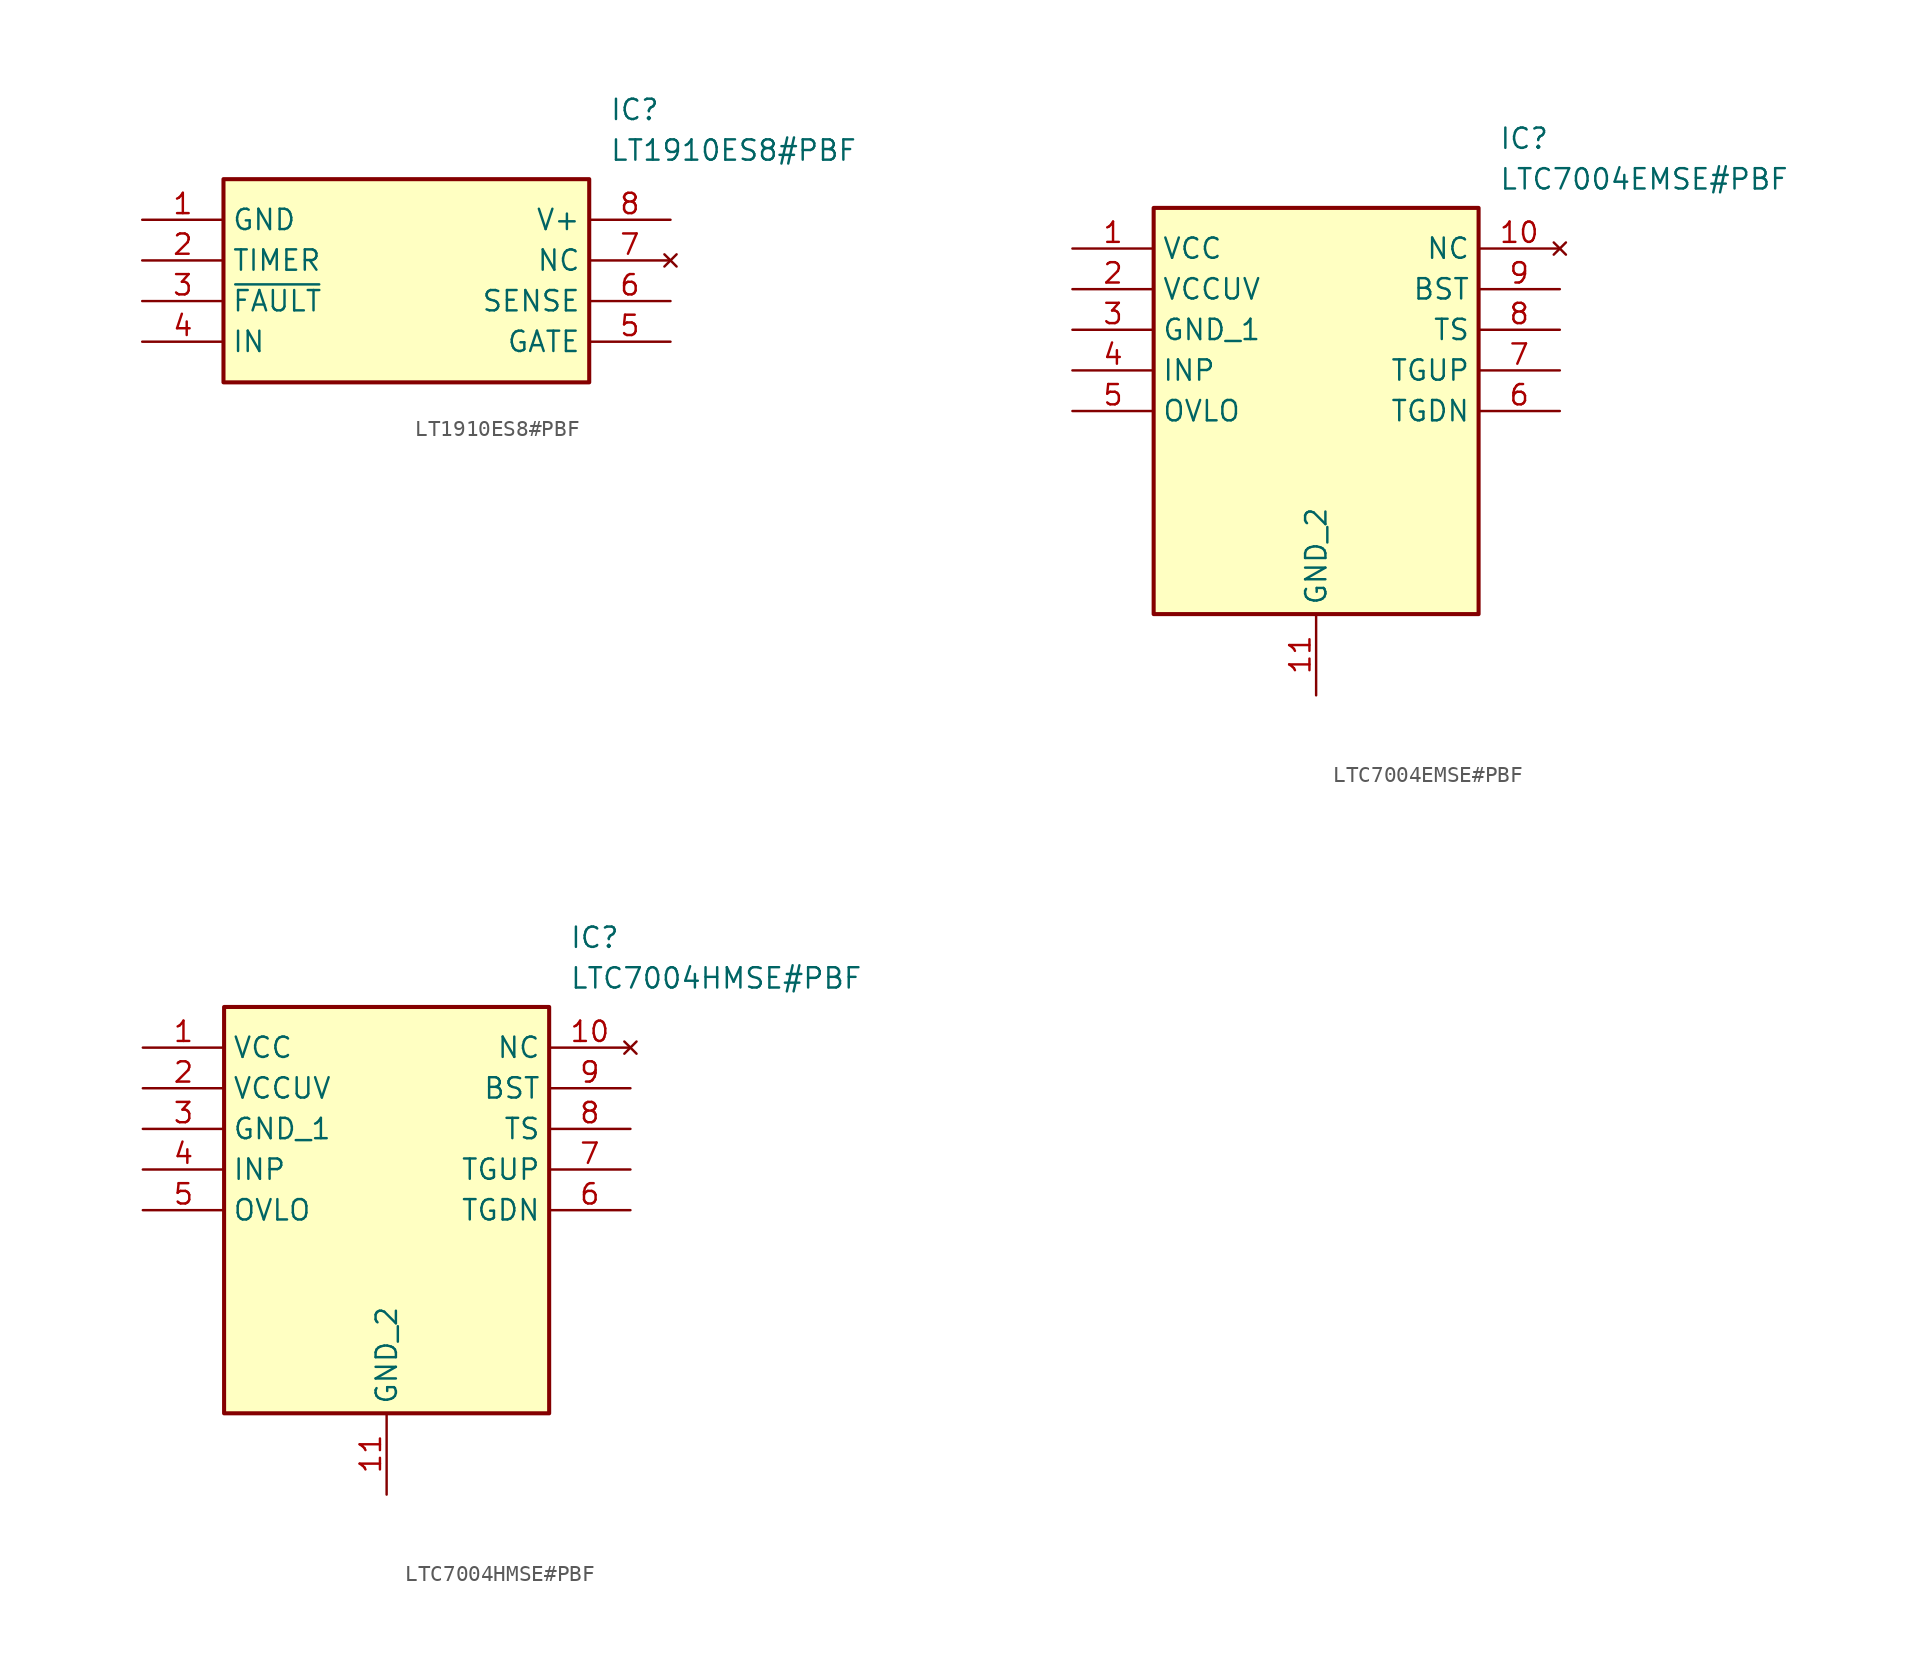
<source format=kicad_sym>
(kicad_symbol_lib
  (version 20220914)
  (generator SamacSys_ECAD_Model)
  (symbol "LT1910ES8#PBF"
    (property "Reference" "IC"
      (at 29.21 7.62 0)
      (effects (font (size 1.27 1.27)) (justify left top)))
    (property "Value" "LT1910ES8#PBF"
      (at 29.21 5.08 0)
      (effects (font (size 1.27 1.27)) (justify left top)))
    (rectangle
      (start 5.08 2.54)
      (end 27.94 -10.16)
      (stroke (width 0.254) (type default))
      (fill (type background)))
    (pin passive line
      (at 0 0 0)
      (length 5.08)
      (name "GND" (effects (font (size 1.27 1.27))))
      (number "1" (effects (font (size 1.27 1.27)))))
    (pin passive line
      (at 0 -2.54 0)
      (length 5.08)
      (name "TIMER" (effects (font (size 1.27 1.27))))
      (number "2" (effects (font (size 1.27 1.27)))))
    (pin passive line
      (at 0 -5.08 0)
      (length 5.08)
      (name "~{FAULT}" (effects (font (size 1.27 1.27))))
      (number "3" (effects (font (size 1.27 1.27)))))
    (pin passive line
      (at 0 -7.62 0)
      (length 5.08)
      (name "IN" (effects (font (size 1.27 1.27))))
      (number "4" (effects (font (size 1.27 1.27)))))
    (pin passive line
      (at 33.02 0 180)
      (length 5.08)
      (name "V+" (effects (font (size 1.27 1.27))))
      (number "8" (effects (font (size 1.27 1.27)))))
    (pin no_connect line
      (at 33.02 -2.54 180)
      (length 5.08)
      (name "NC" (effects (font (size 1.27 1.27))))
      (number "7" (effects (font (size 1.27 1.27)))))
    (pin passive line
      (at 33.02 -5.08 180)
      (length 5.08)
      (name "SENSE" (effects (font (size 1.27 1.27))))
      (number "6" (effects (font (size 1.27 1.27)))))
    (pin passive line
      (at 33.02 -7.62 180)
      (length 5.08)
      (name "GATE" (effects (font (size 1.27 1.27))))
      (number "5" (effects (font (size 1.27 1.27))))))
  (symbol "LTC7004EMSE#PBF"
    (property "Reference" "IC"
      (at 26.67 7.62 0)
      (effects (font (size 1.27 1.27)) (justify left top)))
    (property "Value" "LTC7004EMSE#PBF"
      (at 26.67 5.08 0)
      (effects (font (size 1.27 1.27)) (justify left top)))
    (rectangle
      (start 5.08 2.54)
      (end 25.4 -22.86)
      (stroke (width 0.254) (type default))
      (fill (type background)))
    (pin passive line
      (at 0 0 0)
      (length 5.08)
      (name "VCC" (effects (font (size 1.27 1.27))))
      (number "1" (effects (font (size 1.27 1.27)))))
    (pin passive line
      (at 0 -2.54 0)
      (length 5.08)
      (name "VCCUV" (effects (font (size 1.27 1.27))))
      (number "2" (effects (font (size 1.27 1.27)))))
    (pin passive line
      (at 0 -5.08 0)
      (length 5.08)
      (name "GND_1" (effects (font (size 1.27 1.27))))
      (number "3" (effects (font (size 1.27 1.27)))))
    (pin passive line
      (at 0 -7.62 0)
      (length 5.08)
      (name "INP" (effects (font (size 1.27 1.27))))
      (number "4" (effects (font (size 1.27 1.27)))))
    (pin passive line
      (at 0 -10.16 0)
      (length 5.08)
      (name "OVLO" (effects (font (size 1.27 1.27))))
      (number "5" (effects (font (size 1.27 1.27)))))
    (pin passive line
      (at 15.24 -27.94 90)
      (length 5.08)
      (name "GND_2" (effects (font (size 1.27 1.27))))
      (number "11" (effects (font (size 1.27 1.27)))))
    (pin no_connect line
      (at 30.48 0 180)
      (length 5.08)
      (name "NC" (effects (font (size 1.27 1.27))))
      (number "10" (effects (font (size 1.27 1.27)))))
    (pin passive line
      (at 30.48 -2.54 180)
      (length 5.08)
      (name "BST" (effects (font (size 1.27 1.27))))
      (number "9" (effects (font (size 1.27 1.27)))))
    (pin passive line
      (at 30.48 -5.08 180)
      (length 5.08)
      (name "TS" (effects (font (size 1.27 1.27))))
      (number "8" (effects (font (size 1.27 1.27)))))
    (pin passive line
      (at 30.48 -7.62 180)
      (length 5.08)
      (name "TGUP" (effects (font (size 1.27 1.27))))
      (number "7" (effects (font (size 1.27 1.27)))))
    (pin passive line
      (at 30.48 -10.16 180)
      (length 5.08)
      (name "TGDN" (effects (font (size 1.27 1.27))))
      (number "6" (effects (font (size 1.27 1.27))))))
  (symbol "LTC7004HMSE#PBF"
    (property "Reference" "IC"
      (at 26.67 7.62 0)
      (effects (font (size 1.27 1.27)) (justify left top)))
    (property "Value" "LTC7004HMSE#PBF"
      (at 26.67 5.08 0)
      (effects (font (size 1.27 1.27)) (justify left top)))
    (rectangle
      (start 5.08 2.54)
      (end 25.4 -22.86)
      (stroke (width 0.254) (type default))
      (fill (type background)))
    (pin passive line
      (at 0 0 0)
      (length 5.08)
      (name "VCC" (effects (font (size 1.27 1.27))))
      (number "1" (effects (font (size 1.27 1.27)))))
    (pin passive line
      (at 0 -2.54 0)
      (length 5.08)
      (name "VCCUV" (effects (font (size 1.27 1.27))))
      (number "2" (effects (font (size 1.27 1.27)))))
    (pin passive line
      (at 0 -5.08 0)
      (length 5.08)
      (name "GND_1" (effects (font (size 1.27 1.27))))
      (number "3" (effects (font (size 1.27 1.27)))))
    (pin passive line
      (at 0 -7.62 0)
      (length 5.08)
      (name "INP" (effects (font (size 1.27 1.27))))
      (number "4" (effects (font (size 1.27 1.27)))))
    (pin passive line
      (at 0 -10.16 0)
      (length 5.08)
      (name "OVLO" (effects (font (size 1.27 1.27))))
      (number "5" (effects (font (size 1.27 1.27)))))
    (pin passive line
      (at 15.24 -27.94 90)
      (length 5.08)
      (name "GND_2" (effects (font (size 1.27 1.27))))
      (number "11" (effects (font (size 1.27 1.27)))))
    (pin no_connect line
      (at 30.48 0 180)
      (length 5.08)
      (name "NC" (effects (font (size 1.27 1.27))))
      (number "10" (effects (font (size 1.27 1.27)))))
    (pin passive line
      (at 30.48 -2.54 180)
      (length 5.08)
      (name "BST" (effects (font (size 1.27 1.27))))
      (number "9" (effects (font (size 1.27 1.27)))))
    (pin passive line
      (at 30.48 -5.08 180)
      (length 5.08)
      (name "TS" (effects (font (size 1.27 1.27))))
      (number "8" (effects (font (size 1.27 1.27)))))
    (pin passive line
      (at 30.48 -7.62 180)
      (length 5.08)
      (name "TGUP" (effects (font (size 1.27 1.27))))
      (number "7" (effects (font (size 1.27 1.27)))))
    (pin passive line
      (at 30.48 -10.16 180)
      (length 5.08)
      (name "TGDN" (effects (font (size 1.27 1.27))))
      (number "6" (effects (font (size 1.27 1.27)))))))
</source>
